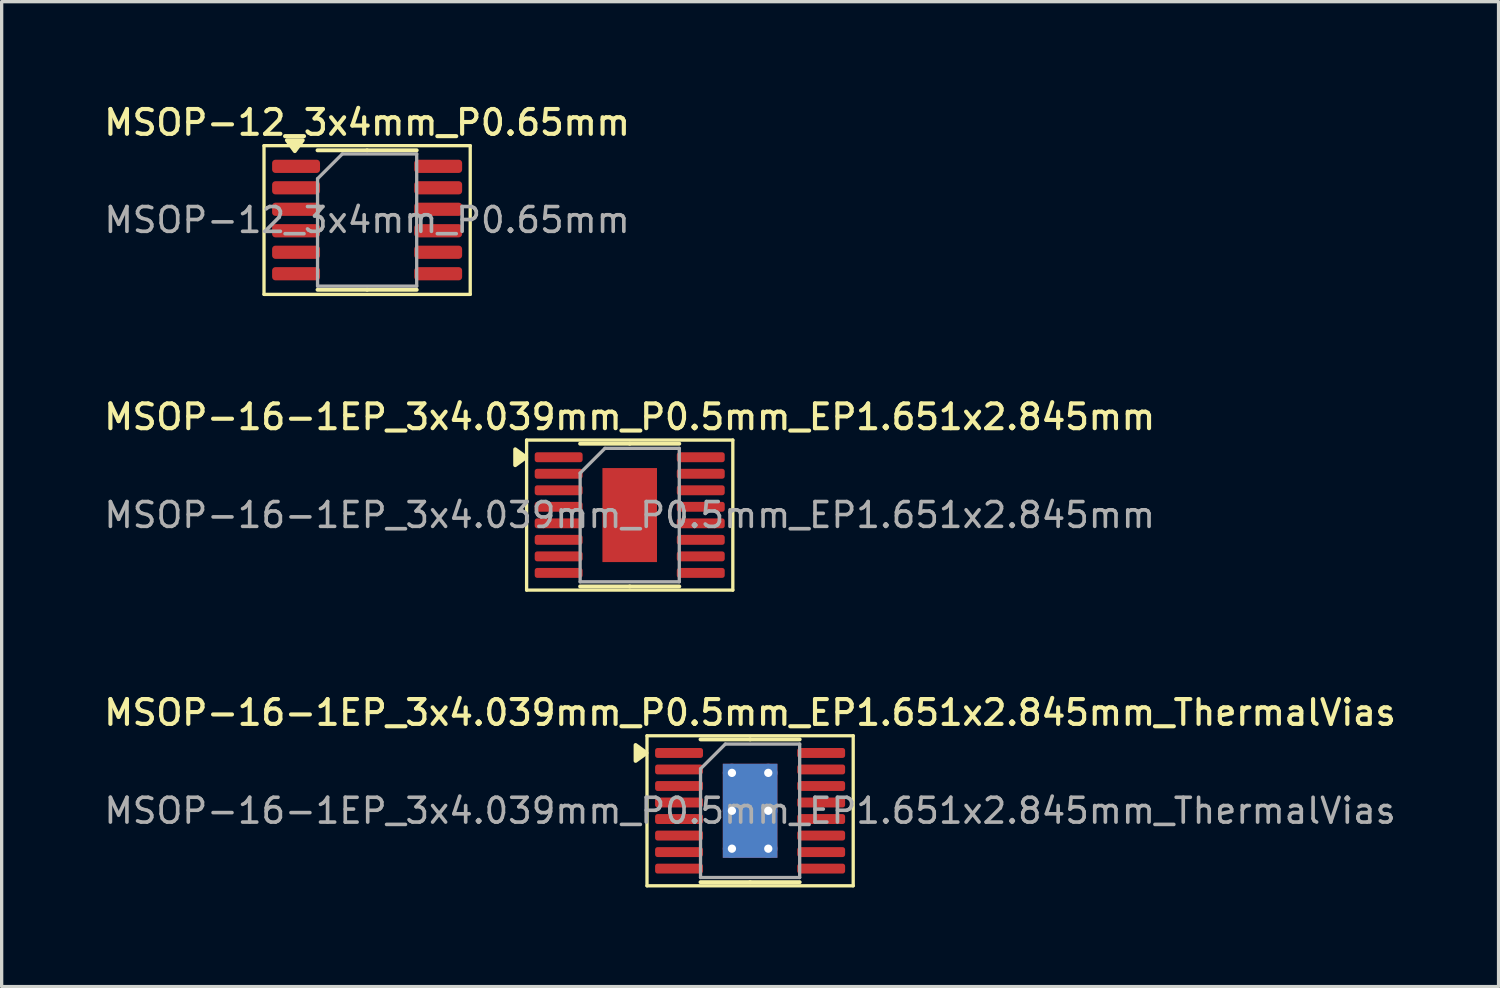
<source format=kicad_pcb>
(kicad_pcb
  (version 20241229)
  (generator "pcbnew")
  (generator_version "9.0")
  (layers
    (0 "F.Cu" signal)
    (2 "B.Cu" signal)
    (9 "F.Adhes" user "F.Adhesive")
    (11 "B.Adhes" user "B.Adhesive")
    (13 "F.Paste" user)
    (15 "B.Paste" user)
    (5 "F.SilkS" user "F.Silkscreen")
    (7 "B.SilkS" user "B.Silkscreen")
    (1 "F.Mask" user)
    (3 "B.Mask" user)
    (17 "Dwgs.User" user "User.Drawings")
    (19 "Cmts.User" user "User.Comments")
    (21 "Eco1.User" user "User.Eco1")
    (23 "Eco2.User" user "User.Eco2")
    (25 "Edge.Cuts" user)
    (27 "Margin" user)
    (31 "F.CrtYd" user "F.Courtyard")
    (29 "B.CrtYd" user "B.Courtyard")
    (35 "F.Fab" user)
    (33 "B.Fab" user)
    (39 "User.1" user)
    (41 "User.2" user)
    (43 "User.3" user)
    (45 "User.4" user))
  (footprint "MSOP-12_3x4mm_P0.65mm"
    (layer "F.Cu")
    (at 8.059 3.608)
    (property "Reference" "MSOP-12_3x4mm_P0.65mm" (at 0 -2.95 0) (layer "F.SilkS") (effects (font (size 0.75 0.75) (thickness 0.125))))
    (attr smd)
    (fp_line (start -3.12 -2.25) (end -3.12 2.25) (stroke (width 0.1) (type solid)) (layer "F.SilkS"))
    (fp_line (start -3.12 2.25) (end 3.12 2.25) (stroke (width 0.1) (type solid)) (layer "F.SilkS"))
    (fp_line (start 0 -2.11) (end -1.5 -2.11) (stroke (width 0.12) (type solid)) (layer "F.SilkS"))
    (fp_line (start 0 -2.11) (end 1.5 -2.11) (stroke (width 0.12) (type solid)) (layer "F.SilkS"))
    (fp_line (start 0 2.11) (end -1.5 2.11) (stroke (width 0.12) (type solid)) (layer "F.SilkS"))
    (fp_line (start 0 2.11) (end 1.5 2.11) (stroke (width 0.12) (type solid)) (layer "F.SilkS"))
    (fp_line (start 3.12 -2.25) (end -3.12 -2.25) (stroke (width 0.1) (type solid)) (layer "F.SilkS"))
    (fp_line (start 3.12 2.25) (end 3.12 -2.25) (stroke (width 0.1) (type solid)) (layer "F.SilkS"))
    (fp_poly (pts (xy -2.188 -2.085) (xy -2.428 -2.415) (xy -1.948 -2.415) (xy -2.188 -2.085)) (stroke (width 0.12) (type solid)) (fill yes) (layer "F.SilkS"))
    (fp_line (start -1.5 -1.25) (end -0.75 -2) (stroke (width 0.1) (type solid)) (layer "F.Fab"))
    (fp_line (start -1.5 2) (end -1.5 -1.25) (stroke (width 0.1) (type solid)) (layer "F.Fab"))
    (fp_line (start -0.75 -2) (end 1.5 -2) (stroke (width 0.1) (type solid)) (layer "F.Fab"))
    (fp_line (start 1.5 -2) (end 1.5 2) (stroke (width 0.1) (type solid)) (layer "F.Fab"))
    (fp_line (start 1.5 2) (end -1.5 2) (stroke (width 0.1) (type solid)) (layer "F.Fab"))
    (fp_text user "${REFERENCE}" (at 0 0 0) (layer "F.Fab") (effects (font (size 0.75 0.75) (thickness 0.11))))
    (pad "1" smd roundrect (at -2.15 -1.625) (size 1.45 0.4) (layers "F.Cu" "F.Mask" "F.Paste") (roundrect_rratio 0.25))
    (pad "2" smd roundrect (at -2.15 -0.975) (size 1.45 0.4) (layers "F.Cu" "F.Mask" "F.Paste") (roundrect_rratio 0.25))
    (pad "3" smd roundrect (at -2.15 -0.325) (size 1.45 0.4) (layers "F.Cu" "F.Mask" "F.Paste") (roundrect_rratio 0.25))
    (pad "4" smd roundrect (at -2.15 0.325) (size 1.45 0.4) (layers "F.Cu" "F.Mask" "F.Paste") (roundrect_rratio 0.25))
    (pad "5" smd roundrect (at -2.15 0.975) (size 1.45 0.4) (layers "F.Cu" "F.Mask" "F.Paste") (roundrect_rratio 0.25))
    (pad "6" smd roundrect (at -2.15 1.625) (size 1.45 0.4) (layers "F.Cu" "F.Mask" "F.Paste") (roundrect_rratio 0.25))
    (pad "7" smd roundrect (at 2.15 1.625) (size 1.45 0.4) (layers "F.Cu" "F.Mask" "F.Paste") (roundrect_rratio 0.25))
    (pad "8" smd roundrect (at 2.15 0.975) (size 1.45 0.4) (layers "F.Cu" "F.Mask" "F.Paste") (roundrect_rratio 0.25))
    (pad "9" smd roundrect (at 2.15 0.325) (size 1.45 0.4) (layers "F.Cu" "F.Mask" "F.Paste") (roundrect_rratio 0.25))
    (pad "10" smd roundrect (at 2.15 -0.325) (size 1.45 0.4) (layers "F.Cu" "F.Mask" "F.Paste") (roundrect_rratio 0.25))
    (pad "11" smd roundrect (at 2.15 -0.975) (size 1.45 0.4) (layers "F.Cu" "F.Mask" "F.Paste") (roundrect_rratio 0.25))
    (pad "12" smd roundrect (at 2.15 -1.625) (size 1.45 0.4) (layers "F.Cu" "F.Mask" "F.Paste") (roundrect_rratio 0.25)))
  (footprint "MSOP-16-1EP_3x4.039mm_P0.5mm_EP1.651x2.845mm"
    (layer "F.Cu")
    (at 16.005 12.536)
    (property "Reference" "MSOP-16-1EP_3x4.039mm_P0.5mm_EP1.651x2.845mm" (at 0 -2.97 0) (layer "F.SilkS") (effects (font (size 0.75 0.75) (thickness 0.125))))
    (attr smd)
    (fp_line (start -3.12 -2.27) (end -3.12 2.27) (stroke (width 0.1) (type solid)) (layer "F.SilkS"))
    (fp_line (start -3.12 2.27) (end 3.12 2.27) (stroke (width 0.1) (type solid)) (layer "F.SilkS"))
    (fp_line (start 0 -2.16) (end -1.5 -2.16) (stroke (width 0.12) (type solid)) (layer "F.SilkS"))
    (fp_line (start 0 -2.16) (end 1.5 -2.16) (stroke (width 0.12) (type solid)) (layer "F.SilkS"))
    (fp_line (start 0 2.16) (end -1.5 2.16) (stroke (width 0.12) (type solid)) (layer "F.SilkS"))
    (fp_line (start 0 2.16) (end 1.5 2.16) (stroke (width 0.12) (type solid)) (layer "F.SilkS"))
    (fp_line (start 3.12 -2.27) (end -3.12 -2.27) (stroke (width 0.1) (type solid)) (layer "F.SilkS"))
    (fp_line (start 3.12 2.27) (end 3.12 -2.27) (stroke (width 0.1) (type solid)) (layer "F.SilkS"))
    (fp_poly (pts (xy -3.135 -1.75) (xy -3.465 -1.99) (xy -3.465 -1.51) (xy -3.135 -1.75)) (stroke (width 0.12) (type solid)) (fill yes) (layer "F.SilkS"))
    (fp_line (start -1.5 -1.27) (end -0.75 -2.019) (stroke (width 0.1) (type solid)) (layer "F.Fab"))
    (fp_line (start -1.5 2.019) (end -1.5 -1.27) (stroke (width 0.1) (type solid)) (layer "F.Fab"))
    (fp_line (start -0.75 -2.019) (end 1.5 -2.019) (stroke (width 0.1) (type solid)) (layer "F.Fab"))
    (fp_line (start 1.5 -2.019) (end 1.5 2.019) (stroke (width 0.1) (type solid)) (layer "F.Fab"))
    (fp_line (start 1.5 2.019) (end -1.5 2.019) (stroke (width 0.1) (type solid)) (layer "F.Fab"))
    (fp_text user "${REFERENCE}" (at 0 0 0) (layer "F.Fab") (effects (font (size 0.75 0.75) (thickness 0.11))))
    (pad "" smd roundrect (at -0.415 -0.71) (size 0.69 1.19) (layers "F.Paste") (roundrect_rratio 0.25))
    (pad "" smd roundrect (at -0.415 0.71) (size 0.69 1.19) (layers "F.Paste") (roundrect_rratio 0.25))
    (pad "" smd roundrect (at 0.415 -0.71) (size 0.69 1.19) (layers "F.Paste") (roundrect_rratio 0.25))
    (pad "" smd roundrect (at 0.415 0.71) (size 0.69 1.19) (layers "F.Paste") (roundrect_rratio 0.25))
    (pad "1" smd roundrect (at -2.15 -1.75) (size 1.45 0.3) (layers "F.Cu" "F.Mask" "F.Paste") (roundrect_rratio 0.25))
    (pad "2" smd roundrect (at -2.15 -1.25) (size 1.45 0.3) (layers "F.Cu" "F.Mask" "F.Paste") (roundrect_rratio 0.25))
    (pad "3" smd roundrect (at -2.15 -0.75) (size 1.45 0.3) (layers "F.Cu" "F.Mask" "F.Paste") (roundrect_rratio 0.25))
    (pad "4" smd roundrect (at -2.15 -0.25) (size 1.45 0.3) (layers "F.Cu" "F.Mask" "F.Paste") (roundrect_rratio 0.25))
    (pad "5" smd roundrect (at -2.15 0.25) (size 1.45 0.3) (layers "F.Cu" "F.Mask" "F.Paste") (roundrect_rratio 0.25))
    (pad "6" smd roundrect (at -2.15 0.75) (size 1.45 0.3) (layers "F.Cu" "F.Mask" "F.Paste") (roundrect_rratio 0.25))
    (pad "7" smd roundrect (at -2.15 1.25) (size 1.45 0.3) (layers "F.Cu" "F.Mask" "F.Paste") (roundrect_rratio 0.25))
    (pad "8" smd roundrect (at -2.15 1.75) (size 1.45 0.3) (layers "F.Cu" "F.Mask" "F.Paste") (roundrect_rratio 0.25))
    (pad "9" smd roundrect (at 2.15 1.75) (size 1.45 0.3) (layers "F.Cu" "F.Mask" "F.Paste") (roundrect_rratio 0.25))
    (pad "10" smd roundrect (at 2.15 1.25) (size 1.45 0.3) (layers "F.Cu" "F.Mask" "F.Paste") (roundrect_rratio 0.25))
    (pad "11" smd roundrect (at 2.15 0.75) (size 1.45 0.3) (layers "F.Cu" "F.Mask" "F.Paste") (roundrect_rratio 0.25))
    (pad "12" smd roundrect (at 2.15 0.25) (size 1.45 0.3) (layers "F.Cu" "F.Mask" "F.Paste") (roundrect_rratio 0.25))
    (pad "13" smd roundrect (at 2.15 -0.25) (size 1.45 0.3) (layers "F.Cu" "F.Mask" "F.Paste") (roundrect_rratio 0.25))
    (pad "14" smd roundrect (at 2.15 -0.75) (size 1.45 0.3) (layers "F.Cu" "F.Mask" "F.Paste") (roundrect_rratio 0.25))
    (pad "15" smd roundrect (at 2.15 -1.25) (size 1.45 0.3) (layers "F.Cu" "F.Mask" "F.Paste") (roundrect_rratio 0.25))
    (pad "16" smd roundrect (at 2.15 -1.75) (size 1.45 0.3) (layers "F.Cu" "F.Mask" "F.Paste") (roundrect_rratio 0.25))
    (pad "17" smd rect (at 0 0) (size 1.651 2.845) (property pad_prop_heatsink) (layers "F.Cu" "F.Mask")))
  (footprint "MSOP-16-1EP_3x4.039mm_P0.5mm_EP1.651x2.845mm_ThermalVias"
    (layer "F.Cu")
    (at 19.648 21.484)
    (property "Reference" "MSOP-16-1EP_3x4.039mm_P0.5mm_EP1.651x2.845mm_ThermalVias" (at 0 -2.97 0) (layer "F.SilkS") (effects (font (size 0.75 0.75) (thickness 0.125))))
    (attr smd)
    (fp_line (start -3.12 -2.27) (end -3.12 2.27) (stroke (width 0.1) (type solid)) (layer "F.SilkS"))
    (fp_line (start -3.12 2.27) (end 3.12 2.27) (stroke (width 0.1) (type solid)) (layer "F.SilkS"))
    (fp_line (start 0 -2.16) (end -1.5 -2.16) (stroke (width 0.12) (type solid)) (layer "F.SilkS"))
    (fp_line (start 0 -2.16) (end 1.5 -2.16) (stroke (width 0.12) (type solid)) (layer "F.SilkS"))
    (fp_line (start 0 2.16) (end -1.5 2.16) (stroke (width 0.12) (type solid)) (layer "F.SilkS"))
    (fp_line (start 0 2.16) (end 1.5 2.16) (stroke (width 0.12) (type solid)) (layer "F.SilkS"))
    (fp_line (start 3.12 -2.27) (end -3.12 -2.27) (stroke (width 0.1) (type solid)) (layer "F.SilkS"))
    (fp_line (start 3.12 2.27) (end 3.12 -2.27) (stroke (width 0.1) (type solid)) (layer "F.SilkS"))
    (fp_poly (pts (xy -3.135 -1.75) (xy -3.465 -1.99) (xy -3.465 -1.51) (xy -3.135 -1.75)) (stroke (width 0.12) (type solid)) (fill yes) (layer "F.SilkS"))
    (fp_line (start -1.5 -1.27) (end -0.75 -2.019) (stroke (width 0.1) (type solid)) (layer "F.Fab"))
    (fp_line (start -1.5 2.019) (end -1.5 -1.27) (stroke (width 0.1) (type solid)) (layer "F.Fab"))
    (fp_line (start -0.75 -2.019) (end 1.5 -2.019) (stroke (width 0.1) (type solid)) (layer "F.Fab"))
    (fp_line (start 1.5 -2.019) (end 1.5 2.019) (stroke (width 0.1) (type solid)) (layer "F.Fab"))
    (fp_line (start 1.5 2.019) (end -1.5 2.019) (stroke (width 0.1) (type solid)) (layer "F.Fab"))
    (fp_text user "${REFERENCE}" (at 0 0 0) (layer "F.Fab") (effects (font (size 0.75 0.75) (thickness 0.11))))
    (pad "" smd roundrect (at -0.415 -0.71) (size 0.69 1.19) (layers "F.Paste") (roundrect_rratio 0.25))
    (pad "" smd roundrect (at -0.415 0.71) (size 0.69 1.19) (layers "F.Paste") (roundrect_rratio 0.25))
    (pad "" smd roundrect (at 0.415 -0.71) (size 0.69 1.19) (layers "F.Paste") (roundrect_rratio 0.25))
    (pad "" smd roundrect (at 0.415 0.71) (size 0.69 1.19) (layers "F.Paste") (roundrect_rratio 0.25))
    (pad "1" smd roundrect (at -2.15 -1.75) (size 1.45 0.3) (layers "F.Cu" "F.Mask" "F.Paste") (roundrect_rratio 0.25))
    (pad "2" smd roundrect (at -2.15 -1.25) (size 1.45 0.3) (layers "F.Cu" "F.Mask" "F.Paste") (roundrect_rratio 0.25))
    (pad "3" smd roundrect (at -2.15 -0.75) (size 1.45 0.3) (layers "F.Cu" "F.Mask" "F.Paste") (roundrect_rratio 0.25))
    (pad "4" smd roundrect (at -2.15 -0.25) (size 1.45 0.3) (layers "F.Cu" "F.Mask" "F.Paste") (roundrect_rratio 0.25))
    (pad "5" smd roundrect (at -2.15 0.25) (size 1.45 0.3) (layers "F.Cu" "F.Mask" "F.Paste") (roundrect_rratio 0.25))
    (pad "6" smd roundrect (at -2.15 0.75) (size 1.45 0.3) (layers "F.Cu" "F.Mask" "F.Paste") (roundrect_rratio 0.25))
    (pad "7" smd roundrect (at -2.15 1.25) (size 1.45 0.3) (layers "F.Cu" "F.Mask" "F.Paste") (roundrect_rratio 0.25))
    (pad "8" smd roundrect (at -2.15 1.75) (size 1.45 0.3) (layers "F.Cu" "F.Mask" "F.Paste") (roundrect_rratio 0.25))
    (pad "9" smd roundrect (at 2.15 1.75) (size 1.45 0.3) (layers "F.Cu" "F.Mask" "F.Paste") (roundrect_rratio 0.25))
    (pad "10" smd roundrect (at 2.15 1.25) (size 1.45 0.3) (layers "F.Cu" "F.Mask" "F.Paste") (roundrect_rratio 0.25))
    (pad "11" smd roundrect (at 2.15 0.75) (size 1.45 0.3) (layers "F.Cu" "F.Mask" "F.Paste") (roundrect_rratio 0.25))
    (pad "12" smd roundrect (at 2.15 0.25) (size 1.45 0.3) (layers "F.Cu" "F.Mask" "F.Paste") (roundrect_rratio 0.25))
    (pad "13" smd roundrect (at 2.15 -0.25) (size 1.45 0.3) (layers "F.Cu" "F.Mask" "F.Paste") (roundrect_rratio 0.25))
    (pad "14" smd roundrect (at 2.15 -0.75) (size 1.45 0.3) (layers "F.Cu" "F.Mask" "F.Paste") (roundrect_rratio 0.25))
    (pad "15" smd roundrect (at 2.15 -1.25) (size 1.45 0.3) (layers "F.Cu" "F.Mask" "F.Paste") (roundrect_rratio 0.25))
    (pad "16" smd roundrect (at 2.15 -1.75) (size 1.45 0.3) (layers "F.Cu" "F.Mask" "F.Paste") (roundrect_rratio 0.25))
    (pad "17" thru_hole circle (at -0.55 -1.147) (size 0.55 0.55) (drill 0.25) (property pad_prop_heatsink) (layers "*.Cu"))
    (pad "17" thru_hole circle (at -0.55 0) (size 0.55 0.55) (drill 0.25) (property pad_prop_heatsink) (layers "*.Cu"))
    (pad "17" thru_hole circle (at -0.55 1.147) (size 0.55 0.55) (drill 0.25) (property pad_prop_heatsink) (layers "*.Cu"))
    (pad "17" smd rect (at 0 0) (size 1.651 2.845) (property pad_prop_heatsink) (layers "F.Cu" "F.Mask"))
    (pad "17" smd rect (at 0 0) (size 1.651 2.845) (property pad_prop_heatsink) (layers "B.Cu"))
    (pad "17" thru_hole circle (at 0.55 -1.147) (size 0.55 0.55) (drill 0.25) (property pad_prop_heatsink) (layers "*.Cu"))
    (pad "17" thru_hole circle (at 0.55 0) (size 0.55 0.55) (drill 0.25) (property pad_prop_heatsink) (layers "*.Cu"))
    (pad "17" thru_hole circle (at 0.55 1.147) (size 0.55 0.55) (drill 0.25) (property pad_prop_heatsink) (layers "*.Cu")))
  (gr_rect
    (start -3 -3)
    (end 42.296 26.804)
    (stroke (width 0.1) (type default))
    (fill no)
    (layer "Edge.Cuts")))
</source>
